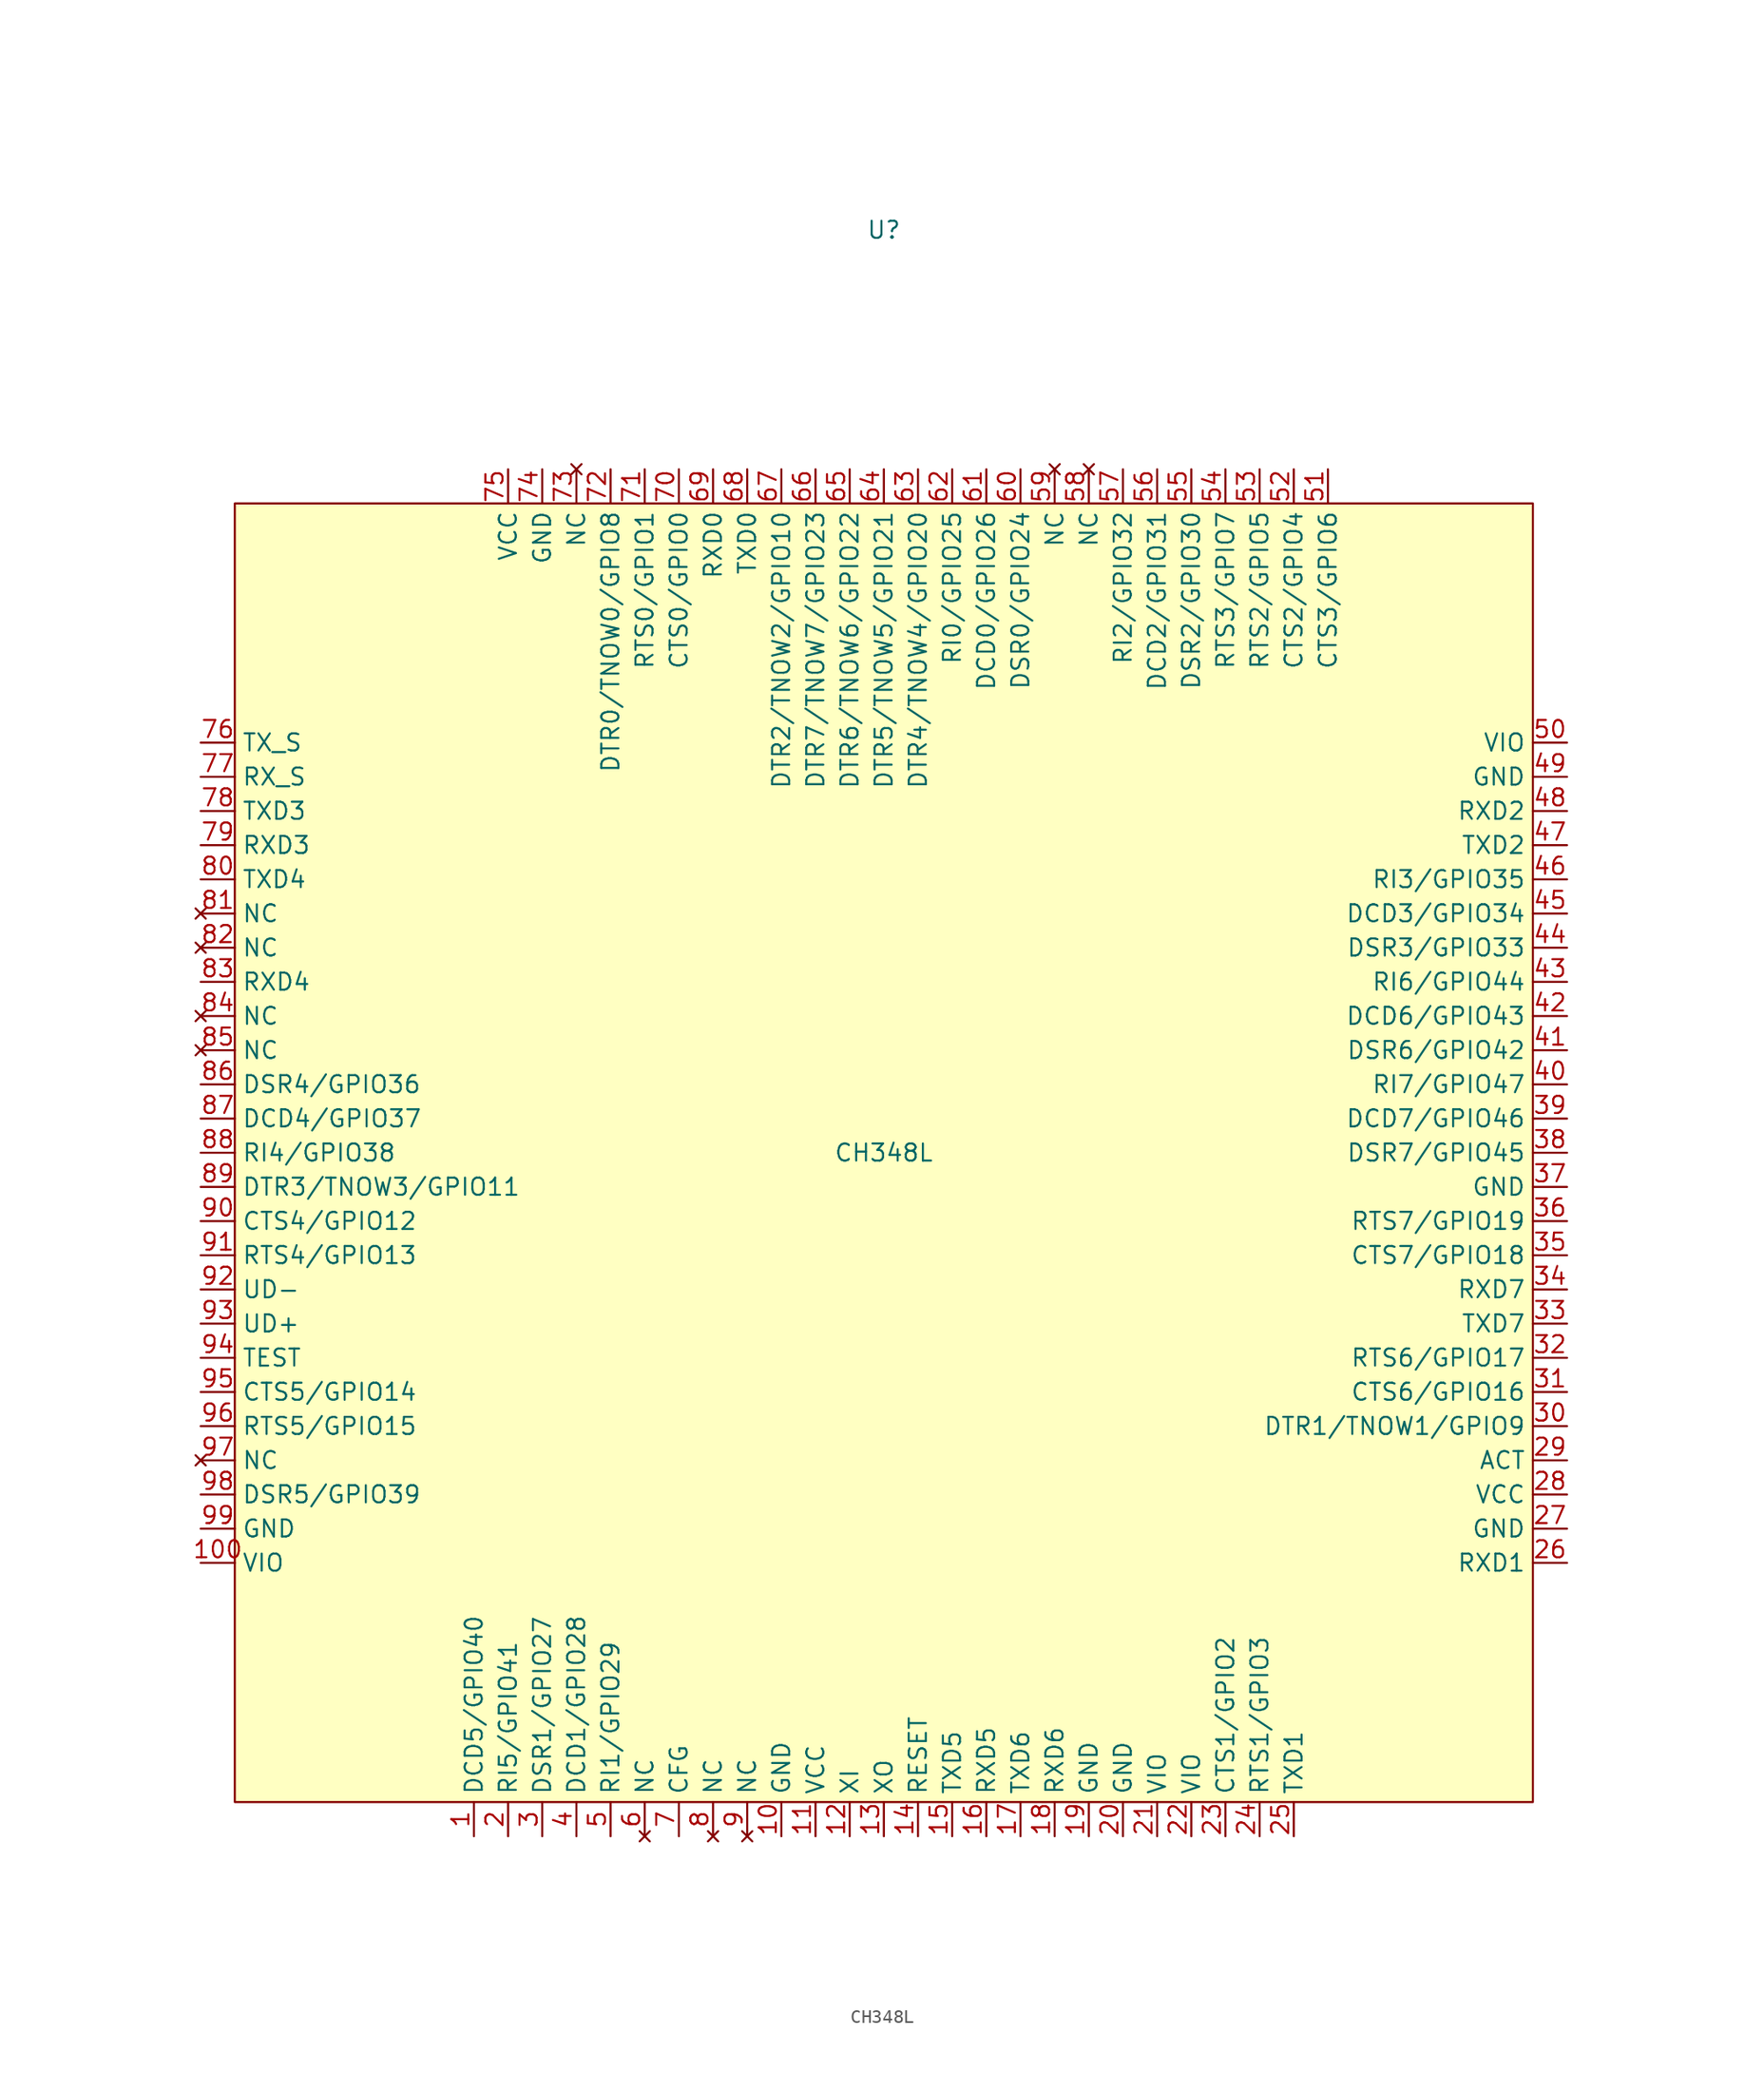
<source format=kicad_sym>
(kicad_symbol_lib
  (version 20211014)
  (generator kicad_symbol_editor)
  (symbol "CH348L"
    (property "Reference" "U"
      (at 0 68.58 0)
      (effects (font (size 1.27 1.27))))
    (property "Value" "CH348L"
      (at 0 0 0)
      (effects (font (size 1.27 1.27))))
    (symbol "CH348L_0_1"
      (rectangle (start -48.26 48.26) (end 48.26 -48.26) (stroke (width 0) (type default) (color 0 0 0 0)) (fill (type background))))
    (symbol "CH348L_1_1"
      (pin bidirectional line (at -30.48 -50.8 90) (length 2.54) (name "DCD5/GPIO40" (effects (font (size 1.27 1.27)))) (number "1" (effects (font (size 1.27 1.27)))))
      (pin passive line (at -7.62 -50.8 90) (length 2.54) (name "GND" (effects (font (size 1.27 1.27)))) (number "10" (effects (font (size 1.27 1.27)))))
      (pin power_in line (at -50.8 -30.48 0) (length 2.54) (name "VIO" (effects (font (size 1.27 1.27)))) (number "100" (effects (font (size 1.27 1.27)))))
      (pin power_in line (at -5.08 -50.8 90) (length 2.54) (name "VCC" (effects (font (size 1.27 1.27)))) (number "11" (effects (font (size 1.27 1.27)))))
      (pin input line (at -2.54 -50.8 90) (length 2.54) (name "XI" (effects (font (size 1.27 1.27)))) (number "12" (effects (font (size 1.27 1.27)))))
      (pin output line (at 0 -50.8 90) (length 2.54) (name "XO" (effects (font (size 1.27 1.27)))) (number "13" (effects (font (size 1.27 1.27)))))
      (pin input line (at 2.54 -50.8 90) (length 2.54) (name "RESET" (effects (font (size 1.27 1.27)))) (number "14" (effects (font (size 1.27 1.27)))))
      (pin output line (at 5.08 -50.8 90) (length 2.54) (name "TXD5" (effects (font (size 1.27 1.27)))) (number "15" (effects (font (size 1.27 1.27)))))
      (pin input line (at 7.62 -50.8 90) (length 2.54) (name "RXD5" (effects (font (size 1.27 1.27)))) (number "16" (effects (font (size 1.27 1.27)))))
      (pin output line (at 10.16 -50.8 90) (length 2.54) (name "TXD6" (effects (font (size 1.27 1.27)))) (number "17" (effects (font (size 1.27 1.27)))))
      (pin input line (at 12.7 -50.8 90) (length 2.54) (name "RXD6" (effects (font (size 1.27 1.27)))) (number "18" (effects (font (size 1.27 1.27)))))
      (pin passive line (at 15.24 -50.8 90) (length 2.54) (name "GND" (effects (font (size 1.27 1.27)))) (number "19" (effects (font (size 1.27 1.27)))))
      (pin bidirectional line (at -27.94 -50.8 90) (length 2.54) (name "RI5/GPIO41" (effects (font (size 1.27 1.27)))) (number "2" (effects (font (size 1.27 1.27)))))
      (pin passive line (at 17.78 -50.8 90) (length 2.54) (name "GND" (effects (font (size 1.27 1.27)))) (number "20" (effects (font (size 1.27 1.27)))))
      (pin power_in line (at 20.32 -50.8 90) (length 2.54) (name "VIO" (effects (font (size 1.27 1.27)))) (number "21" (effects (font (size 1.27 1.27)))))
      (pin power_in line (at 22.86 -50.8 90) (length 2.54) (name "VIO" (effects (font (size 1.27 1.27)))) (number "22" (effects (font (size 1.27 1.27)))))
      (pin bidirectional line (at 25.4 -50.8 90) (length 2.54) (name "CTS1/GPIO2" (effects (font (size 1.27 1.27)))) (number "23" (effects (font (size 1.27 1.27)))))
      (pin bidirectional line (at 27.94 -50.8 90) (length 2.54) (name "RTS1/GPIO3" (effects (font (size 1.27 1.27)))) (number "24" (effects (font (size 1.27 1.27)))))
      (pin output line (at 30.48 -50.8 90) (length 2.54) (name "TXD1" (effects (font (size 1.27 1.27)))) (number "25" (effects (font (size 1.27 1.27)))))
      (pin input line (at 50.8 -30.48 180) (length 2.54) (name "RXD1" (effects (font (size 1.27 1.27)))) (number "26" (effects (font (size 1.27 1.27)))))
      (pin passive line (at 50.8 -27.94 180) (length 2.54) (name "GND" (effects (font (size 1.27 1.27)))) (number "27" (effects (font (size 1.27 1.27)))))
      (pin power_in line (at 50.8 -25.4 180) (length 2.54) (name "VCC" (effects (font (size 1.27 1.27)))) (number "28" (effects (font (size 1.27 1.27)))))
      (pin output line (at 50.8 -22.86 180) (length 2.54) (name "ACT" (effects (font (size 1.27 1.27)))) (number "29" (effects (font (size 1.27 1.27)))))
      (pin bidirectional line (at -25.4 -50.8 90) (length 2.54) (name "DSR1/GPIO27" (effects (font (size 1.27 1.27)))) (number "3" (effects (font (size 1.27 1.27)))))
      (pin bidirectional line (at 50.8 -20.32 180) (length 2.54) (name "DTR1/TNOW1/GPIO9" (effects (font (size 1.27 1.27)))) (number "30" (effects (font (size 1.27 1.27)))))
      (pin bidirectional line (at 50.8 -17.78 180) (length 2.54) (name "CTS6/GPIO16" (effects (font (size 1.27 1.27)))) (number "31" (effects (font (size 1.27 1.27)))))
      (pin bidirectional line (at 50.8 -15.24 180) (length 2.54) (name "RTS6/GPIO17" (effects (font (size 1.27 1.27)))) (number "32" (effects (font (size 1.27 1.27)))))
      (pin output line (at 50.8 -12.7 180) (length 2.54) (name "TXD7" (effects (font (size 1.27 1.27)))) (number "33" (effects (font (size 1.27 1.27)))))
      (pin input line (at 50.8 -10.16 180) (length 2.54) (name "RXD7" (effects (font (size 1.27 1.27)))) (number "34" (effects (font (size 1.27 1.27)))))
      (pin bidirectional line (at 50.8 -7.62 180) (length 2.54) (name "CTS7/GPIO18" (effects (font (size 1.27 1.27)))) (number "35" (effects (font (size 1.27 1.27)))))
      (pin bidirectional line (at 50.8 -5.08 180) (length 2.54) (name "RTS7/GPIO19" (effects (font (size 1.27 1.27)))) (number "36" (effects (font (size 1.27 1.27)))))
      (pin passive line (at 50.8 -2.54 180) (length 2.54) (name "GND" (effects (font (size 1.27 1.27)))) (number "37" (effects (font (size 1.27 1.27)))))
      (pin bidirectional line (at 50.8 0 180) (length 2.54) (name "DSR7/GPIO45" (effects (font (size 1.27 1.27)))) (number "38" (effects (font (size 1.27 1.27)))))
      (pin bidirectional line (at 50.8 2.54 180) (length 2.54) (name "DCD7/GPIO46" (effects (font (size 1.27 1.27)))) (number "39" (effects (font (size 1.27 1.27)))))
      (pin bidirectional line (at -22.86 -50.8 90) (length 2.54) (name "DCD1/GPIO28" (effects (font (size 1.27 1.27)))) (number "4" (effects (font (size 1.27 1.27)))))
      (pin bidirectional line (at 50.8 5.08 180) (length 2.54) (name "RI7/GPIO47" (effects (font (size 1.27 1.27)))) (number "40" (effects (font (size 1.27 1.27)))))
      (pin bidirectional line (at 50.8 7.62 180) (length 2.54) (name "DSR6/GPIO42" (effects (font (size 1.27 1.27)))) (number "41" (effects (font (size 1.27 1.27)))))
      (pin bidirectional line (at 50.8 10.16 180) (length 2.54) (name "DCD6/GPIO43" (effects (font (size 1.27 1.27)))) (number "42" (effects (font (size 1.27 1.27)))))
      (pin bidirectional line (at 50.8 12.7 180) (length 2.54) (name "RI6/GPIO44" (effects (font (size 1.27 1.27)))) (number "43" (effects (font (size 1.27 1.27)))))
      (pin bidirectional line (at 50.8 15.24 180) (length 2.54) (name "DSR3/GPIO33" (effects (font (size 1.27 1.27)))) (number "44" (effects (font (size 1.27 1.27)))))
      (pin bidirectional line (at 50.8 17.78 180) (length 2.54) (name "DCD3/GPIO34" (effects (font (size 1.27 1.27)))) (number "45" (effects (font (size 1.27 1.27)))))
      (pin bidirectional line (at 50.8 20.32 180) (length 2.54) (name "RI3/GPIO35" (effects (font (size 1.27 1.27)))) (number "46" (effects (font (size 1.27 1.27)))))
      (pin output line (at 50.8 22.86 180) (length 2.54) (name "TXD2" (effects (font (size 1.27 1.27)))) (number "47" (effects (font (size 1.27 1.27)))))
      (pin input line (at 50.8 25.4 180) (length 2.54) (name "RXD2" (effects (font (size 1.27 1.27)))) (number "48" (effects (font (size 1.27 1.27)))))
      (pin passive line (at 50.8 27.94 180) (length 2.54) (name "GND" (effects (font (size 1.27 1.27)))) (number "49" (effects (font (size 1.27 1.27)))))
      (pin bidirectional line (at -20.32 -50.8 90) (length 2.54) (name "RI1/GPIO29" (effects (font (size 1.27 1.27)))) (number "5" (effects (font (size 1.27 1.27)))))
      (pin power_in line (at 50.8 30.48 180) (length 2.54) (name "VIO" (effects (font (size 1.27 1.27)))) (number "50" (effects (font (size 1.27 1.27)))))
      (pin bidirectional line (at 33.02 50.8 270) (length 2.54) (name "CTS3/GPIO6" (effects (font (size 1.27 1.27)))) (number "51" (effects (font (size 1.27 1.27)))))
      (pin bidirectional line (at 30.48 50.8 270) (length 2.54) (name "CTS2/GPIO4" (effects (font (size 1.27 1.27)))) (number "52" (effects (font (size 1.27 1.27)))))
      (pin bidirectional line (at 27.94 50.8 270) (length 2.54) (name "RTS2/GPIO5" (effects (font (size 1.27 1.27)))) (number "53" (effects (font (size 1.27 1.27)))))
      (pin bidirectional line (at 25.4 50.8 270) (length 2.54) (name "RTS3/GPIO7" (effects (font (size 1.27 1.27)))) (number "54" (effects (font (size 1.27 1.27)))))
      (pin bidirectional line (at 22.86 50.8 270) (length 2.54) (name "DSR2/GPIO30" (effects (font (size 1.27 1.27)))) (number "55" (effects (font (size 1.27 1.27)))))
      (pin bidirectional line (at 20.32 50.8 270) (length 2.54) (name "DCD2/GPIO31" (effects (font (size 1.27 1.27)))) (number "56" (effects (font (size 1.27 1.27)))))
      (pin bidirectional line (at 17.78 50.8 270) (length 2.54) (name "RI2/GPIO32" (effects (font (size 1.27 1.27)))) (number "57" (effects (font (size 1.27 1.27)))))
      (pin no_connect line (at 15.24 50.8 270) (length 2.54) (name "NC" (effects (font (size 1.27 1.27)))) (number "58" (effects (font (size 1.27 1.27)))))
      (pin no_connect line (at 12.7 50.8 270) (length 2.54) (name "NC" (effects (font (size 1.27 1.27)))) (number "59" (effects (font (size 1.27 1.27)))))
      (pin no_connect line (at -17.78 -50.8 90) (length 2.54) (name "NC" (effects (font (size 1.27 1.27)))) (number "6" (effects (font (size 1.27 1.27)))))
      (pin bidirectional line (at 10.16 50.8 270) (length 2.54) (name "DSR0/GPIO24" (effects (font (size 1.27 1.27)))) (number "60" (effects (font (size 1.27 1.27)))))
      (pin bidirectional line (at 7.62 50.8 270) (length 2.54) (name "DCD0/GPIO26" (effects (font (size 1.27 1.27)))) (number "61" (effects (font (size 1.27 1.27)))))
      (pin bidirectional line (at 5.08 50.8 270) (length 2.54) (name "RI0/GPIO25" (effects (font (size 1.27 1.27)))) (number "62" (effects (font (size 1.27 1.27)))))
      (pin bidirectional line (at 2.54 50.8 270) (length 2.54) (name "DTR4/TNOW4/GPIO20" (effects (font (size 1.27 1.27)))) (number "63" (effects (font (size 1.27 1.27)))))
      (pin bidirectional line (at 0 50.8 270) (length 2.54) (name "DTR5/TNOW5/GPIO21" (effects (font (size 1.27 1.27)))) (number "64" (effects (font (size 1.27 1.27)))))
      (pin bidirectional line (at -2.54 50.8 270) (length 2.54) (name "DTR6/TNOW6/GPIO22" (effects (font (size 1.27 1.27)))) (number "65" (effects (font (size 1.27 1.27)))))
      (pin bidirectional line (at -5.08 50.8 270) (length 2.54) (name "DTR7/TNOW7/GPIO23" (effects (font (size 1.27 1.27)))) (number "66" (effects (font (size 1.27 1.27)))))
      (pin bidirectional line (at -7.62 50.8 270) (length 2.54) (name "DTR2/TNOW2/GPIO10" (effects (font (size 1.27 1.27)))) (number "67" (effects (font (size 1.27 1.27)))))
      (pin output line (at -10.16 50.8 270) (length 2.54) (name "TXD0" (effects (font (size 1.27 1.27)))) (number "68" (effects (font (size 1.27 1.27)))))
      (pin input line (at -12.7 50.8 270) (length 2.54) (name "RXD0" (effects (font (size 1.27 1.27)))) (number "69" (effects (font (size 1.27 1.27)))))
      (pin input line (at -15.24 -50.8 90) (length 2.54) (name "CFG" (effects (font (size 1.27 1.27)))) (number "7" (effects (font (size 1.27 1.27)))))
      (pin bidirectional line (at -15.24 50.8 270) (length 2.54) (name "CTS0/GPIO0" (effects (font (size 1.27 1.27)))) (number "70" (effects (font (size 1.27 1.27)))))
      (pin bidirectional line (at -17.78 50.8 270) (length 2.54) (name "RTS0/GPIO1" (effects (font (size 1.27 1.27)))) (number "71" (effects (font (size 1.27 1.27)))))
      (pin bidirectional line (at -20.32 50.8 270) (length 2.54) (name "DTR0/TNOW0/GPIO8" (effects (font (size 1.27 1.27)))) (number "72" (effects (font (size 1.27 1.27)))))
      (pin no_connect line (at -22.86 50.8 270) (length 2.54) (name "NC" (effects (font (size 1.27 1.27)))) (number "73" (effects (font (size 1.27 1.27)))))
      (pin passive line (at -25.4 50.8 270) (length 2.54) (name "GND" (effects (font (size 1.27 1.27)))) (number "74" (effects (font (size 1.27 1.27)))))
      (pin power_in line (at -27.94 50.8 270) (length 2.54) (name "VCC" (effects (font (size 1.27 1.27)))) (number "75" (effects (font (size 1.27 1.27)))))
      (pin output line (at -50.8 30.48 0) (length 2.54) (name "TX_S" (effects (font (size 1.27 1.27)))) (number "76" (effects (font (size 1.27 1.27)))))
      (pin output line (at -50.8 27.94 0) (length 2.54) (name "RX_S" (effects (font (size 1.27 1.27)))) (number "77" (effects (font (size 1.27 1.27)))))
      (pin output line (at -50.8 25.4 0) (length 2.54) (name "TXD3" (effects (font (size 1.27 1.27)))) (number "78" (effects (font (size 1.27 1.27)))))
      (pin input line (at -50.8 22.86 0) (length 2.54) (name "RXD3" (effects (font (size 1.27 1.27)))) (number "79" (effects (font (size 1.27 1.27)))))
      (pin no_connect line (at -12.7 -50.8 90) (length 2.54) (name "NC" (effects (font (size 1.27 1.27)))) (number "8" (effects (font (size 1.27 1.27)))))
      (pin output line (at -50.8 20.32 0) (length 2.54) (name "TXD4" (effects (font (size 1.27 1.27)))) (number "80" (effects (font (size 1.27 1.27)))))
      (pin no_connect line (at -50.8 17.78 0) (length 2.54) (name "NC" (effects (font (size 1.27 1.27)))) (number "81" (effects (font (size 1.27 1.27)))))
      (pin no_connect line (at -50.8 15.24 0) (length 2.54) (name "NC" (effects (font (size 1.27 1.27)))) (number "82" (effects (font (size 1.27 1.27)))))
      (pin input line (at -50.8 12.7 0) (length 2.54) (name "RXD4" (effects (font (size 1.27 1.27)))) (number "83" (effects (font (size 1.27 1.27)))))
      (pin no_connect line (at -50.8 10.16 0) (length 2.54) (name "NC" (effects (font (size 1.27 1.27)))) (number "84" (effects (font (size 1.27 1.27)))))
      (pin no_connect line (at -50.8 7.62 0) (length 2.54) (name "NC" (effects (font (size 1.27 1.27)))) (number "85" (effects (font (size 1.27 1.27)))))
      (pin bidirectional line (at -50.8 5.08 0) (length 2.54) (name "DSR4/GPIO36" (effects (font (size 1.27 1.27)))) (number "86" (effects (font (size 1.27 1.27)))))
      (pin bidirectional line (at -50.8 2.54 0) (length 2.54) (name "DCD4/GPIO37" (effects (font (size 1.27 1.27)))) (number "87" (effects (font (size 1.27 1.27)))))
      (pin bidirectional line (at -50.8 0 0) (length 2.54) (name "RI4/GPIO38" (effects (font (size 1.27 1.27)))) (number "88" (effects (font (size 1.27 1.27)))))
      (pin bidirectional line (at -50.8 -2.54 0) (length 2.54) (name "DTR3/TNOW3/GPIO11" (effects (font (size 1.27 1.27)))) (number "89" (effects (font (size 1.27 1.27)))))
      (pin no_connect line (at -10.16 -50.8 90) (length 2.54) (name "NC" (effects (font (size 1.27 1.27)))) (number "9" (effects (font (size 1.27 1.27)))))
      (pin bidirectional line (at -50.8 -5.08 0) (length 2.54) (name "CTS4/GPIO12" (effects (font (size 1.27 1.27)))) (number "90" (effects (font (size 1.27 1.27)))))
      (pin bidirectional line (at -50.8 -7.62 0) (length 2.54) (name "RTS4/GPIO13" (effects (font (size 1.27 1.27)))) (number "91" (effects (font (size 1.27 1.27)))))
      (pin bidirectional line (at -50.8 -10.16 0) (length 2.54) (name "UD-" (effects (font (size 1.27 1.27)))) (number "92" (effects (font (size 1.27 1.27)))))
      (pin bidirectional line (at -50.8 -12.7 0) (length 2.54) (name "UD+" (effects (font (size 1.27 1.27)))) (number "93" (effects (font (size 1.27 1.27)))))
      (pin input line (at -50.8 -15.24 0) (length 2.54) (name "TEST" (effects (font (size 1.27 1.27)))) (number "94" (effects (font (size 1.27 1.27)))))
      (pin bidirectional line (at -50.8 -17.78 0) (length 2.54) (name "CTS5/GPIO14" (effects (font (size 1.27 1.27)))) (number "95" (effects (font (size 1.27 1.27)))))
      (pin bidirectional line (at -50.8 -20.32 0) (length 2.54) (name "RTS5/GPIO15" (effects (font (size 1.27 1.27)))) (number "96" (effects (font (size 1.27 1.27)))))
      (pin no_connect line (at -50.8 -22.86 0) (length 2.54) (name "NC" (effects (font (size 1.27 1.27)))) (number "97" (effects (font (size 1.27 1.27)))))
      (pin bidirectional line (at -50.8 -25.4 0) (length 2.54) (name "DSR5/GPIO39" (effects (font (size 1.27 1.27)))) (number "98" (effects (font (size 1.27 1.27)))))
      (pin passive line (at -50.8 -27.94 0) (length 2.54) (name "GND" (effects (font (size 1.27 1.27)))) (number "99" (effects (font (size 1.27 1.27))))))))
</source>
